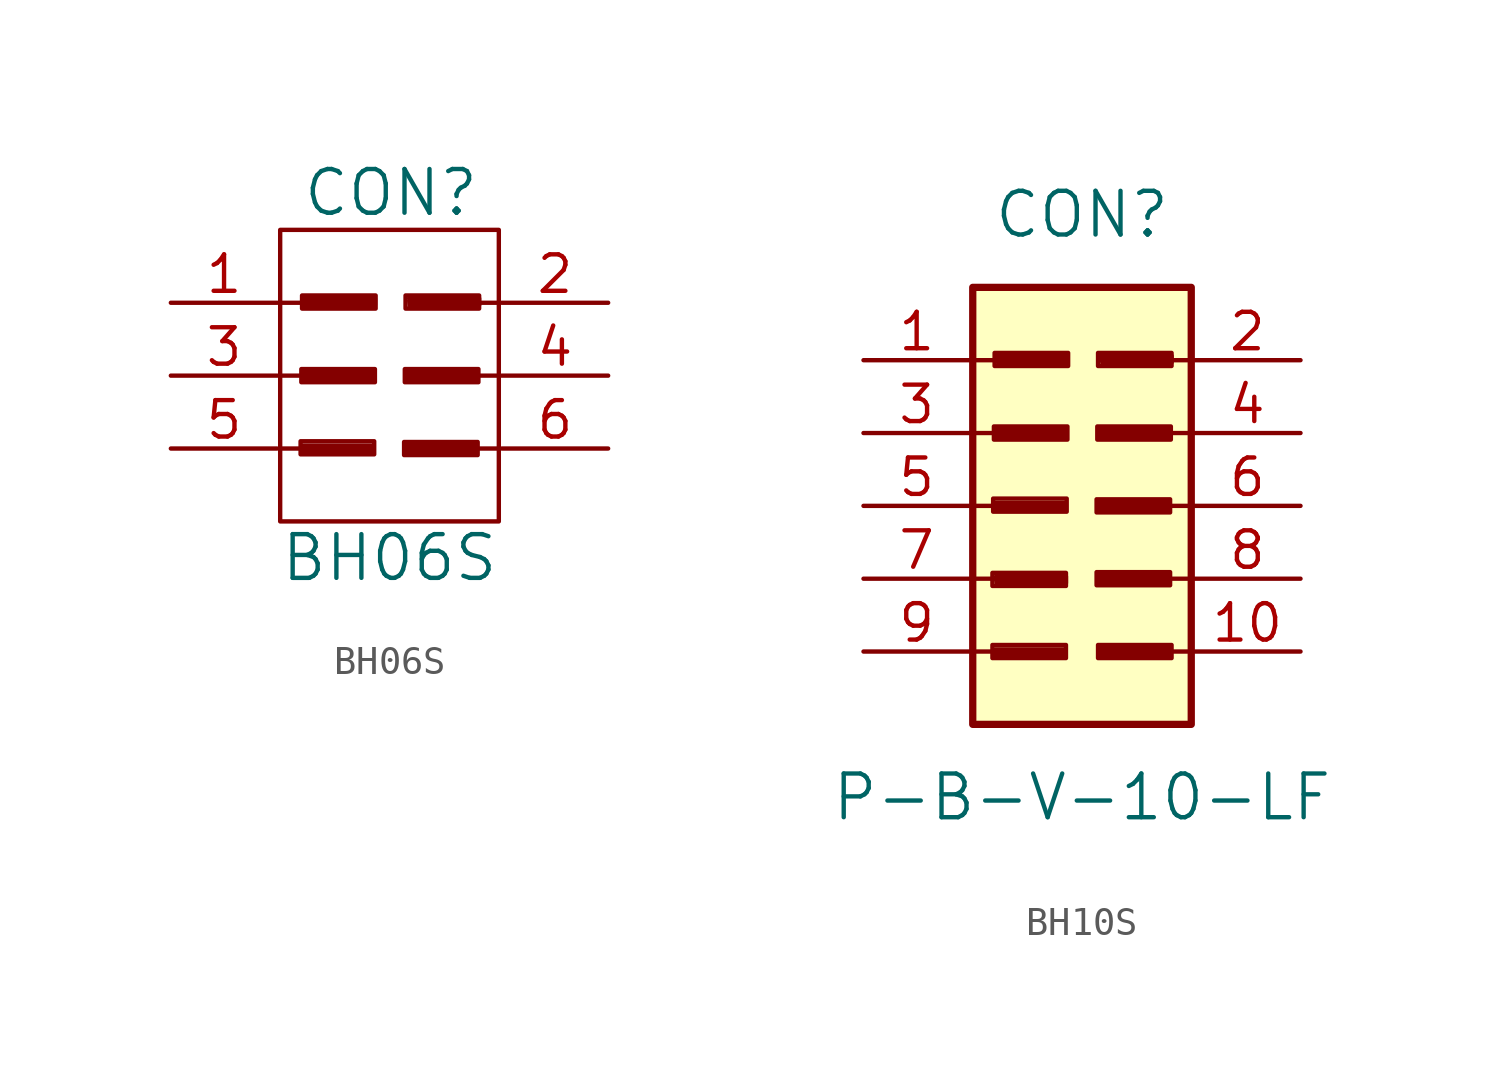
<source format=kicad_sym>
(kicad_symbol_lib
  (version 20220914)
  (generator kicad_symbol_editor)
  (symbol "BH06S"
    (pin_names
      (offset 1.016) hide)
    (property "Reference" "CON"
      (at 0.051 6.375 0)
      (effects (font (size 1.524 1.524))))
    (property "Value" "BH06S"
      (at 0 -6.35 0)
      (effects (font (size 1.524 1.524))))
    (property "Footprint" ""
      (at -0.203 -3.734 0)
      (effects (font (size 1.524 1.524))))
    (property "Datasheet" ""
      (at -0.203 -3.734 0)
      (effects (font (size 1.524 1.524))))
    (symbol "BH06S_0_0"
      (rectangle (start -3.099 -2.286) (end -0.533 -2.743) (stroke (width 0) (type solid)) (fill (type none)))
      (rectangle (start -3.073 0.229) (end -0.508 -0.229) (stroke (width 0) (type solid)) (fill (type none)))
      (rectangle (start -3.048 2.794) (end -0.483 2.337) (stroke (width 0) (type solid)) (fill (type none)))
      (polyline (pts (xy -3.023 -2.438) (xy -0.584 -2.438) (xy -0.584 -2.667) (xy -2.997 -2.692) (xy -3.023 -2.515) (xy -0.711 -2.515) (xy -0.711 -2.591) (xy -2.997 -2.54)) (stroke (width 0) (type solid)) (fill (type none)))
      (polyline (pts (xy -2.972 0.127) (xy -0.533 0.127) (xy -0.533 -0.102) (xy -2.946 -0.127) (xy -2.972 0.051) (xy -0.66 0.051) (xy -0.66 -0.025) (xy -2.946 0.025)) (stroke (width 0) (type solid)) (fill (type none)))
      (polyline (pts (xy -2.946 2.692) (xy -0.508 2.692) (xy -0.508 2.464) (xy -2.921 2.438) (xy -2.946 2.616) (xy -0.635 2.616) (xy -0.635 2.54) (xy -2.921 2.591)) (stroke (width 0) (type solid)) (fill (type none)))
      (polyline (pts (xy 0.559 -2.438) (xy 2.997 -2.438) (xy 2.997 -2.667) (xy 0.584 -2.692) (xy 0.559 -2.515) (xy 2.87 -2.515) (xy 2.87 -2.591) (xy 0.584 -2.54)) (stroke (width 0) (type solid)) (fill (type none)))
      (polyline (pts (xy 0.584 0.127) (xy 3.023 0.127) (xy 3.023 -0.102) (xy 0.61 -0.127) (xy 0.584 0.051) (xy 2.896 0.051) (xy 2.896 -0.025) (xy 0.61 0.025)) (stroke (width 0) (type solid)) (fill (type none)))
      (polyline (pts (xy 0.686 2.692) (xy 3.124 2.692) (xy 3.124 2.464) (xy 0.711 2.438) (xy 0.686 2.616) (xy 2.997 2.616) (xy 2.997 2.54) (xy 0.711 2.591)) (stroke (width 0) (type solid)) (fill (type none)))
      (rectangle (start 0.508 -2.311) (end 3.073 -2.769) (stroke (width 0) (type solid)) (fill (type none)))
      (rectangle (start 0.533 0.229) (end 3.099 -0.229) (stroke (width 0) (type solid)) (fill (type none)))
      (rectangle (start 0.559 2.794) (end 3.124 2.337) (stroke (width 0) (type solid)) (fill (type none))))
    (symbol "BH06S_0_1"
      (rectangle (start -3.81 5.08) (end 3.81 -5.08) (stroke (width 0) (type solid)) (fill (type none)))
      (polyline (pts (xy -3.81 -2.54) (xy -3.048 -2.54)) (stroke (width 0) (type solid)) (fill (type none)))
      (polyline (pts (xy -3.81 0) (xy -3.048 0)) (stroke (width 0) (type solid)) (fill (type none)))
      (polyline (pts (xy -3.81 2.54) (xy -3.048 2.54)) (stroke (width 0) (type solid)) (fill (type none)))
      (polyline (pts (xy 3.81 -2.54) (xy 3.048 -2.54)) (stroke (width 0) (type solid)) (fill (type none)))
      (polyline (pts (xy 3.81 0) (xy 3.048 0)) (stroke (width 0) (type solid)) (fill (type none)))
      (polyline (pts (xy 3.81 2.54) (xy 3.048 2.54)) (stroke (width 0) (type solid)) (fill (type none))))
    (symbol "BH06S_1_1"
      (pin passive line (at -7.62 2.54 0) (length 3.708) (name "1" (effects (font (size 1.27 1.27)))) (number "1" (effects (font (size 1.27 1.27)))))
      (pin passive line (at 7.62 2.54 180) (length 3.708) (name "2" (effects (font (size 1.27 1.27)))) (number "2" (effects (font (size 1.27 1.27)))))
      (pin passive line (at -7.62 0 0) (length 3.708) (name "3" (effects (font (size 1.27 1.27)))) (number "3" (effects (font (size 1.27 1.27)))))
      (pin passive line (at 7.62 0 180) (length 3.708) (name "4" (effects (font (size 1.27 1.27)))) (number "4" (effects (font (size 1.27 1.27)))))
      (pin passive line (at -7.62 -2.54 0) (length 3.708) (name "5" (effects (font (size 1.27 1.27)))) (number "5" (effects (font (size 1.27 1.27)))))
      (pin passive line (at 7.62 -2.54 180) (length 3.708) (name "6" (effects (font (size 1.27 1.27)))) (number "6" (effects (font (size 1.27 1.27)))))))
  (symbol "BH10S"
    (pin_names
      (offset 1.016) hide)
    (property "Reference" "CON"
      (at 0 10.16 0)
      (effects (font (size 1.524 1.524))))
    (property "Value" "P-B-V-10-LF"
      (at 0 -10.16 0)
      (effects (font (size 1.524 1.524))))
    (symbol "BH10S_0_0"
      (rectangle (start -3.124 -4.851) (end -0.559 -5.309) (stroke (width 0) (type solid)) (fill (type none)))
      (rectangle (start -3.124 -2.337) (end -0.559 -2.794) (stroke (width 0) (type solid)) (fill (type none)))
      (rectangle (start -3.099 0.254) (end -0.533 -0.203) (stroke (width 0) (type solid)) (fill (type none)))
      (rectangle (start -3.073 2.769) (end -0.508 2.311) (stroke (width 0) (type solid)) (fill (type none)))
      (rectangle (start -3.048 5.334) (end -0.483 4.877) (stroke (width 0) (type solid)) (fill (type none)))
      (polyline (pts (xy -3.023 -5.004) (xy -0.584 -5.004) (xy -0.584 -5.232) (xy -2.997 -5.258) (xy -3.023 -5.08) (xy -0.711 -5.08) (xy -0.711 -5.156) (xy -2.997 -5.105)) (stroke (width 0) (type solid)) (fill (type none)))
      (polyline (pts (xy -3.023 0.102) (xy -0.584 0.102) (xy -0.584 -0.127) (xy -2.997 -0.152) (xy -3.023 0.025) (xy -0.711 0.025) (xy -0.711 -0.051) (xy -2.997 0)) (stroke (width 0) (type solid)) (fill (type none)))
      (polyline (pts (xy -2.997 -2.464) (xy -0.559 -2.464) (xy -0.559 -2.692) (xy -2.972 -2.718) (xy -2.997 -2.54) (xy -0.686 -2.54) (xy -0.686 -2.616) (xy -2.972 -2.565)) (stroke (width 0) (type solid)) (fill (type none)))
      (polyline (pts (xy -2.972 2.667) (xy -0.533 2.667) (xy -0.533 2.438) (xy -2.946 2.413) (xy -2.972 2.591) (xy -0.66 2.591) (xy -0.66 2.515) (xy -2.946 2.565)) (stroke (width 0) (type solid)) (fill (type none)))
      (polyline (pts (xy -2.946 5.232) (xy -0.508 5.232) (xy -0.508 5.004) (xy -2.921 4.978) (xy -2.946 5.156) (xy -0.635 5.156) (xy -0.635 5.08) (xy -2.921 5.131)) (stroke (width 0) (type solid)) (fill (type none)))
      (polyline (pts (xy 0.559 0.102) (xy 2.997 0.102) (xy 2.997 -0.127) (xy 0.584 -0.152) (xy 0.559 0.025) (xy 2.87 0.025) (xy 2.87 -0.051) (xy 0.584 0)) (stroke (width 0) (type solid)) (fill (type none)))
      (polyline (pts (xy 0.584 -2.438) (xy 3.023 -2.438) (xy 3.023 -2.667) (xy 0.61 -2.692) (xy 0.584 -2.515) (xy 2.896 -2.515) (xy 2.896 -2.591) (xy 0.61 -2.54)) (stroke (width 0) (type solid)) (fill (type none)))
      (polyline (pts (xy 0.584 2.667) (xy 3.023 2.667) (xy 3.023 2.438) (xy 0.61 2.413) (xy 0.584 2.591) (xy 2.896 2.591) (xy 2.896 2.515) (xy 0.61 2.565)) (stroke (width 0) (type solid)) (fill (type none)))
      (polyline (pts (xy 0.635 -4.953) (xy 3.073 -4.953) (xy 3.073 -5.182) (xy 0.66 -5.207) (xy 0.635 -5.029) (xy 2.946 -5.029) (xy 2.946 -5.105) (xy 0.66 -5.055)) (stroke (width 0) (type solid)) (fill (type none)))
      (polyline (pts (xy 0.686 5.232) (xy 3.124 5.232) (xy 3.124 5.004) (xy 0.711 4.978) (xy 0.686 5.156) (xy 2.997 5.156) (xy 2.997 5.08) (xy 0.711 5.131)) (stroke (width 0) (type solid)) (fill (type none)))
      (rectangle (start 0.508 -2.311) (end 3.073 -2.769) (stroke (width 0) (type solid)) (fill (type none)))
      (rectangle (start 0.508 0.229) (end 3.073 -0.229) (stroke (width 0) (type solid)) (fill (type none)))
      (rectangle (start 0.533 2.769) (end 3.099 2.311) (stroke (width 0) (type solid)) (fill (type none)))
      (rectangle (start 0.559 -4.851) (end 3.124 -5.309) (stroke (width 0) (type solid)) (fill (type none)))
      (rectangle (start 0.559 5.334) (end 3.124 4.877) (stroke (width 0) (type solid)) (fill (type none))))
    (symbol "BH10S_0_1"
      (polyline (pts (xy -3.81 -5.08) (xy -3.048 -5.08)) (stroke (width 0) (type solid)) (fill (type none)))
      (polyline (pts (xy -3.81 -2.54) (xy -3.048 -2.54)) (stroke (width 0) (type solid)) (fill (type none)))
      (polyline (pts (xy -3.81 0) (xy -3.048 0)) (stroke (width 0) (type solid)) (fill (type none)))
      (polyline (pts (xy -3.81 2.54) (xy -3.048 2.54)) (stroke (width 0) (type solid)) (fill (type none)))
      (polyline (pts (xy -3.81 5.08) (xy -3.048 5.08)) (stroke (width 0) (type solid)) (fill (type none)))
      (polyline (pts (xy 3.81 -5.08) (xy 3.048 -5.08)) (stroke (width 0) (type solid)) (fill (type none)))
      (polyline (pts (xy 3.81 -2.54) (xy 3.048 -2.54)) (stroke (width 0) (type solid)) (fill (type none)))
      (polyline (pts (xy 3.81 0) (xy 3.048 0)) (stroke (width 0) (type solid)) (fill (type none)))
      (polyline (pts (xy 3.81 2.54) (xy 3.048 2.54)) (stroke (width 0) (type solid)) (fill (type none)))
      (polyline (pts (xy 3.81 5.08) (xy 3.048 5.08)) (stroke (width 0) (type solid)) (fill (type none))))
    (symbol "BH10S_1_1"
      (rectangle (start -3.81 7.62) (end 3.81 -7.62) (stroke (width 0.254) (type solid)) (fill (type background)))
      (pin passive line (at -7.62 5.08 0) (length 3.708) (name "1" (effects (font (size 1.27 1.27)))) (number "1" (effects (font (size 1.27 1.27)))))
      (pin passive line (at 7.62 -5.08 180) (length 3.708) (name "10" (effects (font (size 1.27 1.27)))) (number "10" (effects (font (size 1.27 1.27)))))
      (pin passive line (at 7.62 5.08 180) (length 3.708) (name "2" (effects (font (size 1.27 1.27)))) (number "2" (effects (font (size 1.27 1.27)))))
      (pin passive line (at -7.62 2.54 0) (length 3.708) (name "3" (effects (font (size 1.27 1.27)))) (number "3" (effects (font (size 1.27 1.27)))))
      (pin passive line (at 7.62 2.54 180) (length 3.708) (name "4" (effects (font (size 1.27 1.27)))) (number "4" (effects (font (size 1.27 1.27)))))
      (pin passive line (at -7.62 0 0) (length 3.708) (name "5" (effects (font (size 1.27 1.27)))) (number "5" (effects (font (size 1.27 1.27)))))
      (pin passive line (at 7.62 0 180) (length 3.708) (name "6" (effects (font (size 1.27 1.27)))) (number "6" (effects (font (size 1.27 1.27)))))
      (pin passive line (at -7.62 -2.54 0) (length 3.708) (name "7" (effects (font (size 1.27 1.27)))) (number "7" (effects (font (size 1.27 1.27)))))
      (pin passive line (at 7.62 -2.54 180) (length 3.708) (name "8" (effects (font (size 1.27 1.27)))) (number "8" (effects (font (size 1.27 1.27)))))
      (pin passive line (at -7.62 -5.08 0) (length 3.708) (name "9" (effects (font (size 1.27 1.27)))) (number "9" (effects (font (size 1.27 1.27))))))))
</source>
